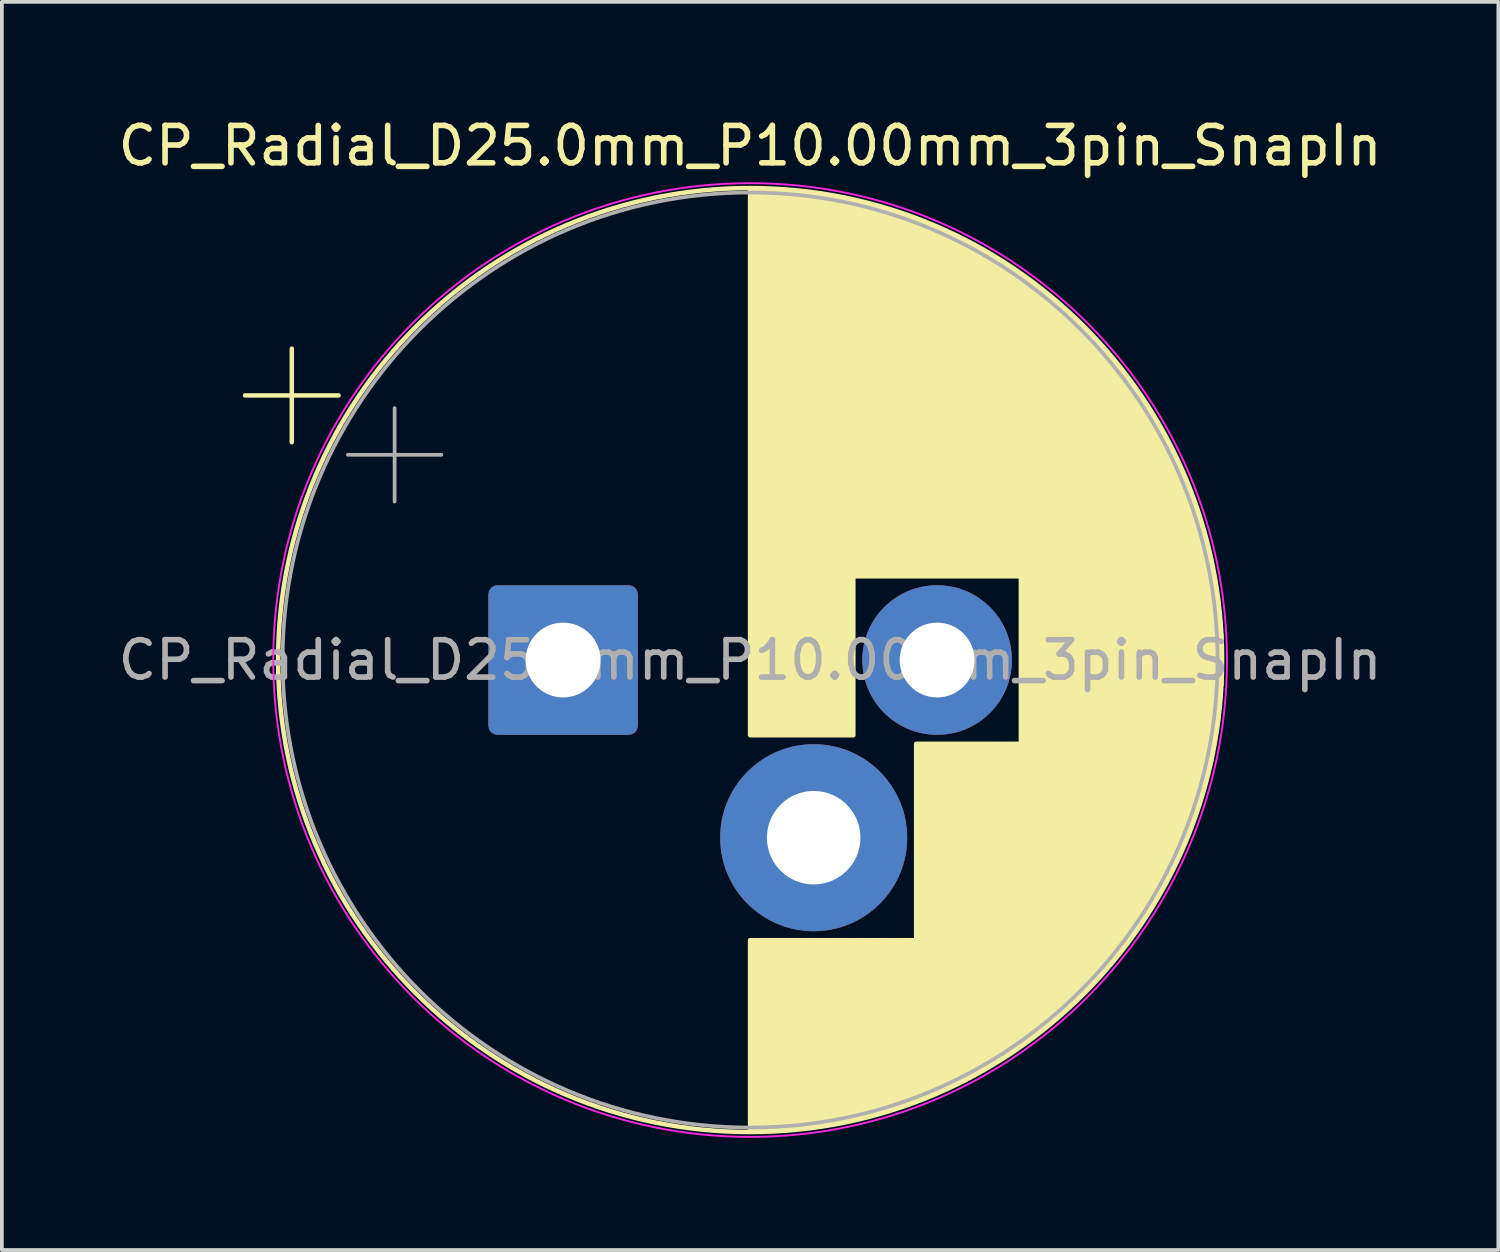
<source format=kicad_pcb>
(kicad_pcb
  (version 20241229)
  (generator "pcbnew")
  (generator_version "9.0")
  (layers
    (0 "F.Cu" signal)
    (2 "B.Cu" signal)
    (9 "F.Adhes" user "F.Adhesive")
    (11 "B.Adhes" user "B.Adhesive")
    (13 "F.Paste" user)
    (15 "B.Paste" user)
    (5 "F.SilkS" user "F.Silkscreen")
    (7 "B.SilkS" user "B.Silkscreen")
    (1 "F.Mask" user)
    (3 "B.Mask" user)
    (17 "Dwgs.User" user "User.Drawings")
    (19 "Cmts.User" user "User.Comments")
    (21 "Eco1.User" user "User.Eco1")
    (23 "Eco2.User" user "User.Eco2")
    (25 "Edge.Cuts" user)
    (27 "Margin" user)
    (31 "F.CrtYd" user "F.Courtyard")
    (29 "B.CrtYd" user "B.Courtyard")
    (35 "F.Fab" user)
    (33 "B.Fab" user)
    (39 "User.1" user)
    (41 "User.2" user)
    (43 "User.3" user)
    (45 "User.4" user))
  (footprint "CP_Radial_D25.0mm_P10.00mm_3pin_SnapIn"
    (layer "F.Cu")
    (at 12.006 14.598)
    (property "Reference" "CP_Radial_D25.0mm_P10.00mm_3pin_SnapIn" (at 5 -13.75 0) (layer "F.SilkS") (effects (font (size 1 1) (thickness 0.15))))
    (attr through_hole)
    (fp_line (start -8.504 -7.075) (end -6.004 -7.075) (stroke (width 0.12) (type solid)) (layer "F.SilkS"))
    (fp_line (start -7.254 -8.325) (end -7.254 -5.825) (stroke (width 0.12) (type solid)) (layer "F.SilkS"))
    (fp_line (start 5 -12.58) (end 5 2.01) (stroke (width 0.12) (type solid)) (layer "F.SilkS"))
    (fp_line (start 5 7.49) (end 5 12.58) (stroke (width 0.12) (type solid)) (layer "F.SilkS"))
    (fp_line (start 5.04 -12.58) (end 5.04 2.01) (stroke (width 0.12) (type solid)) (layer "F.SilkS"))
    (fp_line (start 5.04 7.49) (end 5.04 12.58) (stroke (width 0.12) (type solid)) (layer "F.SilkS"))
    (fp_line (start 5.08 -12.58) (end 5.08 2.01) (stroke (width 0.12) (type solid)) (layer "F.SilkS"))
    (fp_line (start 5.08 7.49) (end 5.08 12.58) (stroke (width 0.12) (type solid)) (layer "F.SilkS"))
    (fp_line (start 5.12 -12.579) (end 5.12 2.01) (stroke (width 0.12) (type solid)) (layer "F.SilkS"))
    (fp_line (start 5.12 7.49) (end 5.12 12.579) (stroke (width 0.12) (type solid)) (layer "F.SilkS"))
    (fp_line (start 5.16 -12.579) (end 5.16 2.01) (stroke (width 0.12) (type solid)) (layer "F.SilkS"))
    (fp_line (start 5.16 7.49) (end 5.16 12.579) (stroke (width 0.12) (type solid)) (layer "F.SilkS"))
    (fp_line (start 5.2 -12.578) (end 5.2 2.01) (stroke (width 0.12) (type solid)) (layer "F.SilkS"))
    (fp_line (start 5.2 7.49) (end 5.2 12.578) (stroke (width 0.12) (type solid)) (layer "F.SilkS"))
    (fp_line (start 5.24 -12.578) (end 5.24 2.01) (stroke (width 0.12) (type solid)) (layer "F.SilkS"))
    (fp_line (start 5.24 7.49) (end 5.24 12.578) (stroke (width 0.12) (type solid)) (layer "F.SilkS"))
    (fp_line (start 5.28 -12.577) (end 5.28 2.01) (stroke (width 0.12) (type solid)) (layer "F.SilkS"))
    (fp_line (start 5.28 7.49) (end 5.28 12.577) (stroke (width 0.12) (type solid)) (layer "F.SilkS"))
    (fp_line (start 5.32 -12.576) (end 5.32 2.01) (stroke (width 0.12) (type solid)) (layer "F.SilkS"))
    (fp_line (start 5.32 7.49) (end 5.32 12.576) (stroke (width 0.12) (type solid)) (layer "F.SilkS"))
    (fp_line (start 5.36 -12.575) (end 5.36 2.01) (stroke (width 0.12) (type solid)) (layer "F.SilkS"))
    (fp_line (start 5.36 7.49) (end 5.36 12.575) (stroke (width 0.12) (type solid)) (layer "F.SilkS"))
    (fp_line (start 5.4 -12.574) (end 5.4 2.01) (stroke (width 0.12) (type solid)) (layer "F.SilkS"))
    (fp_line (start 5.4 7.49) (end 5.4 12.574) (stroke (width 0.12) (type solid)) (layer "F.SilkS"))
    (fp_line (start 5.44 -12.572) (end 5.44 2.01) (stroke (width 0.12) (type solid)) (layer "F.SilkS"))
    (fp_line (start 5.44 7.49) (end 5.44 12.572) (stroke (width 0.12) (type solid)) (layer "F.SilkS"))
    (fp_line (start 5.48 -12.571) (end 5.48 2.01) (stroke (width 0.12) (type solid)) (layer "F.SilkS"))
    (fp_line (start 5.48 7.49) (end 5.48 12.571) (stroke (width 0.12) (type solid)) (layer "F.SilkS"))
    (fp_line (start 5.52 -12.569) (end 5.52 2.01) (stroke (width 0.12) (type solid)) (layer "F.SilkS"))
    (fp_line (start 5.52 7.49) (end 5.52 12.569) (stroke (width 0.12) (type solid)) (layer "F.SilkS"))
    (fp_line (start 5.56 -12.568) (end 5.56 2.01) (stroke (width 0.12) (type solid)) (layer "F.SilkS"))
    (fp_line (start 5.56 7.49) (end 5.56 12.568) (stroke (width 0.12) (type solid)) (layer "F.SilkS"))
    (fp_line (start 5.6 -12.566) (end 5.6 2.01) (stroke (width 0.12) (type solid)) (layer "F.SilkS"))
    (fp_line (start 5.6 7.49) (end 5.6 12.566) (stroke (width 0.12) (type solid)) (layer "F.SilkS"))
    (fp_line (start 5.64 -12.564) (end 5.64 2.01) (stroke (width 0.12) (type solid)) (layer "F.SilkS"))
    (fp_line (start 5.64 7.49) (end 5.64 12.564) (stroke (width 0.12) (type solid)) (layer "F.SilkS"))
    (fp_line (start 5.68 -12.562) (end 5.68 2.01) (stroke (width 0.12) (type solid)) (layer "F.SilkS"))
    (fp_line (start 5.68 7.49) (end 5.68 12.562) (stroke (width 0.12) (type solid)) (layer "F.SilkS"))
    (fp_line (start 5.72 -12.559) (end 5.72 2.01) (stroke (width 0.12) (type solid)) (layer "F.SilkS"))
    (fp_line (start 5.72 7.49) (end 5.72 12.559) (stroke (width 0.12) (type solid)) (layer "F.SilkS"))
    (fp_line (start 5.76 -12.557) (end 5.76 2.01) (stroke (width 0.12) (type solid)) (layer "F.SilkS"))
    (fp_line (start 5.76 7.49) (end 5.76 12.557) (stroke (width 0.12) (type solid)) (layer "F.SilkS"))
    (fp_line (start 5.8 -12.555) (end 5.8 2.01) (stroke (width 0.12) (type solid)) (layer "F.SilkS"))
    (fp_line (start 5.8 7.49) (end 5.8 12.555) (stroke (width 0.12) (type solid)) (layer "F.SilkS"))
    (fp_line (start 5.84 -12.552) (end 5.84 2.01) (stroke (width 0.12) (type solid)) (layer "F.SilkS"))
    (fp_line (start 5.84 7.49) (end 5.84 12.552) (stroke (width 0.12) (type solid)) (layer "F.SilkS"))
    (fp_line (start 5.88 -12.549) (end 5.88 2.01) (stroke (width 0.12) (type solid)) (layer "F.SilkS"))
    (fp_line (start 5.88 7.49) (end 5.88 12.549) (stroke (width 0.12) (type solid)) (layer "F.SilkS"))
    (fp_line (start 5.92 -12.546) (end 5.92 2.01) (stroke (width 0.12) (type solid)) (layer "F.SilkS"))
    (fp_line (start 5.92 7.49) (end 5.92 12.546) (stroke (width 0.12) (type solid)) (layer "F.SilkS"))
    (fp_line (start 5.96 -12.543) (end 5.96 2.01) (stroke (width 0.12) (type solid)) (layer "F.SilkS"))
    (fp_line (start 5.96 7.49) (end 5.96 12.543) (stroke (width 0.12) (type solid)) (layer "F.SilkS"))
    (fp_line (start 6 -12.54) (end 6 2.01) (stroke (width 0.12) (type solid)) (layer "F.SilkS"))
    (fp_line (start 6 7.49) (end 6 12.54) (stroke (width 0.12) (type solid)) (layer "F.SilkS"))
    (fp_line (start 6.04 -12.537) (end 6.04 2.01) (stroke (width 0.12) (type solid)) (layer "F.SilkS"))
    (fp_line (start 6.04 7.49) (end 6.04 12.537) (stroke (width 0.12) (type solid)) (layer "F.SilkS"))
    (fp_line (start 6.08 -12.534) (end 6.08 2.01) (stroke (width 0.12) (type solid)) (layer "F.SilkS"))
    (fp_line (start 6.08 7.49) (end 6.08 12.534) (stroke (width 0.12) (type solid)) (layer "F.SilkS"))
    (fp_line (start 6.12 -12.53) (end 6.12 2.01) (stroke (width 0.12) (type solid)) (layer "F.SilkS"))
    (fp_line (start 6.12 7.49) (end 6.12 12.53) (stroke (width 0.12) (type solid)) (layer "F.SilkS"))
    (fp_line (start 6.16 -12.527) (end 6.16 2.01) (stroke (width 0.12) (type solid)) (layer "F.SilkS"))
    (fp_line (start 6.16 7.49) (end 6.16 12.527) (stroke (width 0.12) (type solid)) (layer "F.SilkS"))
    (fp_line (start 6.2 -12.523) (end 6.2 2.01) (stroke (width 0.12) (type solid)) (layer "F.SilkS"))
    (fp_line (start 6.2 7.49) (end 6.2 12.523) (stroke (width 0.12) (type solid)) (layer "F.SilkS"))
    (fp_line (start 6.24 -12.519) (end 6.24 2.01) (stroke (width 0.12) (type solid)) (layer "F.SilkS"))
    (fp_line (start 6.24 7.49) (end 6.24 12.519) (stroke (width 0.12) (type solid)) (layer "F.SilkS"))
    (fp_line (start 6.28 -12.515) (end 6.28 2.01) (stroke (width 0.12) (type solid)) (layer "F.SilkS"))
    (fp_line (start 6.28 7.49) (end 6.28 12.515) (stroke (width 0.12) (type solid)) (layer "F.SilkS"))
    (fp_line (start 6.32 -12.511) (end 6.32 2.01) (stroke (width 0.12) (type solid)) (layer "F.SilkS"))
    (fp_line (start 6.32 7.49) (end 6.32 12.511) (stroke (width 0.12) (type solid)) (layer "F.SilkS"))
    (fp_line (start 6.36 -12.507) (end 6.36 2.01) (stroke (width 0.12) (type solid)) (layer "F.SilkS"))
    (fp_line (start 6.36 7.49) (end 6.36 12.507) (stroke (width 0.12) (type solid)) (layer "F.SilkS"))
    (fp_line (start 6.4 -12.502) (end 6.4 2.01) (stroke (width 0.12) (type solid)) (layer "F.SilkS"))
    (fp_line (start 6.4 7.49) (end 6.4 12.502) (stroke (width 0.12) (type solid)) (layer "F.SilkS"))
    (fp_line (start 6.44 -12.498) (end 6.44 2.01) (stroke (width 0.12) (type solid)) (layer "F.SilkS"))
    (fp_line (start 6.44 7.49) (end 6.44 12.498) (stroke (width 0.12) (type solid)) (layer "F.SilkS"))
    (fp_line (start 6.48 -12.493) (end 6.48 2.01) (stroke (width 0.12) (type solid)) (layer "F.SilkS"))
    (fp_line (start 6.48 7.49) (end 6.48 12.493) (stroke (width 0.12) (type solid)) (layer "F.SilkS"))
    (fp_line (start 6.52 -12.488) (end 6.52 2.01) (stroke (width 0.12) (type solid)) (layer "F.SilkS"))
    (fp_line (start 6.52 7.49) (end 6.52 12.488) (stroke (width 0.12) (type solid)) (layer "F.SilkS"))
    (fp_line (start 6.56 -12.483) (end 6.56 2.01) (stroke (width 0.12) (type solid)) (layer "F.SilkS"))
    (fp_line (start 6.56 7.49) (end 6.56 12.483) (stroke (width 0.12) (type solid)) (layer "F.SilkS"))
    (fp_line (start 6.6 -12.478) (end 6.6 2.01) (stroke (width 0.12) (type solid)) (layer "F.SilkS"))
    (fp_line (start 6.6 7.49) (end 6.6 12.478) (stroke (width 0.12) (type solid)) (layer "F.SilkS"))
    (fp_line (start 6.64 -12.473) (end 6.64 2.01) (stroke (width 0.12) (type solid)) (layer "F.SilkS"))
    (fp_line (start 6.64 7.49) (end 6.64 12.473) (stroke (width 0.12) (type solid)) (layer "F.SilkS"))
    (fp_line (start 6.68 -12.468) (end 6.68 2.01) (stroke (width 0.12) (type solid)) (layer "F.SilkS"))
    (fp_line (start 6.68 7.49) (end 6.68 12.468) (stroke (width 0.12) (type solid)) (layer "F.SilkS"))
    (fp_line (start 6.72 -12.462) (end 6.72 2.01) (stroke (width 0.12) (type solid)) (layer "F.SilkS"))
    (fp_line (start 6.72 7.49) (end 6.72 12.462) (stroke (width 0.12) (type solid)) (layer "F.SilkS"))
    (fp_line (start 6.76 -12.457) (end 6.76 2.01) (stroke (width 0.12) (type solid)) (layer "F.SilkS"))
    (fp_line (start 6.76 7.49) (end 6.76 12.457) (stroke (width 0.12) (type solid)) (layer "F.SilkS"))
    (fp_line (start 6.8 -12.451) (end 6.8 2.01) (stroke (width 0.12) (type solid)) (layer "F.SilkS"))
    (fp_line (start 6.8 7.49) (end 6.8 12.451) (stroke (width 0.12) (type solid)) (layer "F.SilkS"))
    (fp_line (start 6.84 -12.445) (end 6.84 2.01) (stroke (width 0.12) (type solid)) (layer "F.SilkS"))
    (fp_line (start 6.84 7.49) (end 6.84 12.445) (stroke (width 0.12) (type solid)) (layer "F.SilkS"))
    (fp_line (start 6.88 -12.439) (end 6.88 2.01) (stroke (width 0.12) (type solid)) (layer "F.SilkS"))
    (fp_line (start 6.88 7.49) (end 6.88 12.439) (stroke (width 0.12) (type solid)) (layer "F.SilkS"))
    (fp_line (start 6.92 -12.433) (end 6.92 2.01) (stroke (width 0.12) (type solid)) (layer "F.SilkS"))
    (fp_line (start 6.92 7.49) (end 6.92 12.433) (stroke (width 0.12) (type solid)) (layer "F.SilkS"))
    (fp_line (start 6.96 -12.427) (end 6.96 2.01) (stroke (width 0.12) (type solid)) (layer "F.SilkS"))
    (fp_line (start 6.96 7.49) (end 6.96 12.427) (stroke (width 0.12) (type solid)) (layer "F.SilkS"))
    (fp_line (start 7 -12.421) (end 7 2.01) (stroke (width 0.12) (type solid)) (layer "F.SilkS"))
    (fp_line (start 7 7.49) (end 7 12.421) (stroke (width 0.12) (type solid)) (layer "F.SilkS"))
    (fp_line (start 7.04 -12.414) (end 7.04 2.01) (stroke (width 0.12) (type solid)) (layer "F.SilkS"))
    (fp_line (start 7.04 7.49) (end 7.04 12.414) (stroke (width 0.12) (type solid)) (layer "F.SilkS"))
    (fp_line (start 7.08 -12.407) (end 7.08 2.01) (stroke (width 0.12) (type solid)) (layer "F.SilkS"))
    (fp_line (start 7.08 7.49) (end 7.08 12.407) (stroke (width 0.12) (type solid)) (layer "F.SilkS"))
    (fp_line (start 7.12 -12.401) (end 7.12 2.01) (stroke (width 0.12) (type solid)) (layer "F.SilkS"))
    (fp_line (start 7.12 7.49) (end 7.12 12.401) (stroke (width 0.12) (type solid)) (layer "F.SilkS"))
    (fp_line (start 7.16 -12.394) (end 7.16 2.01) (stroke (width 0.12) (type solid)) (layer "F.SilkS"))
    (fp_line (start 7.16 7.49) (end 7.16 12.394) (stroke (width 0.12) (type solid)) (layer "F.SilkS"))
    (fp_line (start 7.2 -12.387) (end 7.2 2.01) (stroke (width 0.12) (type solid)) (layer "F.SilkS"))
    (fp_line (start 7.2 7.49) (end 7.2 12.387) (stroke (width 0.12) (type solid)) (layer "F.SilkS"))
    (fp_line (start 7.24 -12.38) (end 7.24 2.01) (stroke (width 0.12) (type solid)) (layer "F.SilkS"))
    (fp_line (start 7.24 7.49) (end 7.24 12.38) (stroke (width 0.12) (type solid)) (layer "F.SilkS"))
    (fp_line (start 7.28 -12.372) (end 7.28 2.01) (stroke (width 0.12) (type solid)) (layer "F.SilkS"))
    (fp_line (start 7.28 7.49) (end 7.28 12.372) (stroke (width 0.12) (type solid)) (layer "F.SilkS"))
    (fp_line (start 7.32 -12.365) (end 7.32 2.01) (stroke (width 0.12) (type solid)) (layer "F.SilkS"))
    (fp_line (start 7.32 7.49) (end 7.32 12.365) (stroke (width 0.12) (type solid)) (layer "F.SilkS"))
    (fp_line (start 7.36 -12.357) (end 7.36 2.01) (stroke (width 0.12) (type solid)) (layer "F.SilkS"))
    (fp_line (start 7.36 7.49) (end 7.36 12.357) (stroke (width 0.12) (type solid)) (layer "F.SilkS"))
    (fp_line (start 7.4 -12.35) (end 7.4 2.01) (stroke (width 0.12) (type solid)) (layer "F.SilkS"))
    (fp_line (start 7.4 7.49) (end 7.4 12.35) (stroke (width 0.12) (type solid)) (layer "F.SilkS"))
    (fp_line (start 7.44 -12.342) (end 7.44 2.01) (stroke (width 0.12) (type solid)) (layer "F.SilkS"))
    (fp_line (start 7.44 7.49) (end 7.44 12.342) (stroke (width 0.12) (type solid)) (layer "F.SilkS"))
    (fp_line (start 7.48 -12.334) (end 7.48 2.01) (stroke (width 0.12) (type solid)) (layer "F.SilkS"))
    (fp_line (start 7.48 7.49) (end 7.48 12.334) (stroke (width 0.12) (type solid)) (layer "F.SilkS"))
    (fp_line (start 7.52 -12.326) (end 7.52 2.01) (stroke (width 0.12) (type solid)) (layer "F.SilkS"))
    (fp_line (start 7.52 7.49) (end 7.52 12.326) (stroke (width 0.12) (type solid)) (layer "F.SilkS"))
    (fp_line (start 7.56 -12.318) (end 7.56 2.01) (stroke (width 0.12) (type solid)) (layer "F.SilkS"))
    (fp_line (start 7.56 7.49) (end 7.56 12.318) (stroke (width 0.12) (type solid)) (layer "F.SilkS"))
    (fp_line (start 7.6 -12.309) (end 7.6 2.01) (stroke (width 0.12) (type solid)) (layer "F.SilkS"))
    (fp_line (start 7.6 7.49) (end 7.6 12.309) (stroke (width 0.12) (type solid)) (layer "F.SilkS"))
    (fp_line (start 7.64 -12.301) (end 7.64 2.01) (stroke (width 0.12) (type solid)) (layer "F.SilkS"))
    (fp_line (start 7.64 7.49) (end 7.64 12.301) (stroke (width 0.12) (type solid)) (layer "F.SilkS"))
    (fp_line (start 7.68 -12.292) (end 7.68 2.01) (stroke (width 0.12) (type solid)) (layer "F.SilkS"))
    (fp_line (start 7.68 7.49) (end 7.68 12.292) (stroke (width 0.12) (type solid)) (layer "F.SilkS"))
    (fp_line (start 7.72 -12.283) (end 7.72 2.01) (stroke (width 0.12) (type solid)) (layer "F.SilkS"))
    (fp_line (start 7.72 7.49) (end 7.72 12.283) (stroke (width 0.12) (type solid)) (layer "F.SilkS"))
    (fp_line (start 7.76 -12.274) (end 7.76 2.01) (stroke (width 0.12) (type solid)) (layer "F.SilkS"))
    (fp_line (start 7.76 7.49) (end 7.76 12.274) (stroke (width 0.12) (type solid)) (layer "F.SilkS"))
    (fp_line (start 7.8 -12.265) (end 7.8 -2.24) (stroke (width 0.12) (type solid)) (layer "F.SilkS"))
    (fp_line (start 7.8 7.49) (end 7.8 12.265) (stroke (width 0.12) (type solid)) (layer "F.SilkS"))
    (fp_line (start 7.84 -12.256) (end 7.84 -2.24) (stroke (width 0.12) (type solid)) (layer "F.SilkS"))
    (fp_line (start 7.84 7.49) (end 7.84 12.256) (stroke (width 0.12) (type solid)) (layer "F.SilkS"))
    (fp_line (start 7.88 -12.247) (end 7.88 -2.24) (stroke (width 0.12) (type solid)) (layer "F.SilkS"))
    (fp_line (start 7.88 7.49) (end 7.88 12.247) (stroke (width 0.12) (type solid)) (layer "F.SilkS"))
    (fp_line (start 7.92 -12.238) (end 7.92 -2.24) (stroke (width 0.12) (type solid)) (layer "F.SilkS"))
    (fp_line (start 7.92 7.49) (end 7.92 12.238) (stroke (width 0.12) (type solid)) (layer "F.SilkS"))
    (fp_line (start 7.96 -12.228) (end 7.96 -2.24) (stroke (width 0.12) (type solid)) (layer "F.SilkS"))
    (fp_line (start 7.96 7.49) (end 7.96 12.228) (stroke (width 0.12) (type solid)) (layer "F.SilkS"))
    (fp_line (start 8 -12.218) (end 8 -2.24) (stroke (width 0.12) (type solid)) (layer "F.SilkS"))
    (fp_line (start 8 7.49) (end 8 12.218) (stroke (width 0.12) (type solid)) (layer "F.SilkS"))
    (fp_line (start 8.04 -12.208) (end 8.04 -2.24) (stroke (width 0.12) (type solid)) (layer "F.SilkS"))
    (fp_line (start 8.04 7.49) (end 8.04 12.208) (stroke (width 0.12) (type solid)) (layer "F.SilkS"))
    (fp_line (start 8.08 -12.198) (end 8.08 -2.24) (stroke (width 0.12) (type solid)) (layer "F.SilkS"))
    (fp_line (start 8.08 7.49) (end 8.08 12.198) (stroke (width 0.12) (type solid)) (layer "F.SilkS"))
    (fp_line (start 8.12 -12.188) (end 8.12 -2.24) (stroke (width 0.12) (type solid)) (layer "F.SilkS"))
    (fp_line (start 8.12 7.49) (end 8.12 12.188) (stroke (width 0.12) (type solid)) (layer "F.SilkS"))
    (fp_line (start 8.16 -12.178) (end 8.16 -2.24) (stroke (width 0.12) (type solid)) (layer "F.SilkS"))
    (fp_line (start 8.16 7.49) (end 8.16 12.178) (stroke (width 0.12) (type solid)) (layer "F.SilkS"))
    (fp_line (start 8.2 -12.168) (end 8.2 -2.24) (stroke (width 0.12) (type solid)) (layer "F.SilkS"))
    (fp_line (start 8.2 7.49) (end 8.2 12.168) (stroke (width 0.12) (type solid)) (layer "F.SilkS"))
    (fp_line (start 8.24 -12.157) (end 8.24 -2.24) (stroke (width 0.12) (type solid)) (layer "F.SilkS"))
    (fp_line (start 8.24 7.49) (end 8.24 12.157) (stroke (width 0.12) (type solid)) (layer "F.SilkS"))
    (fp_line (start 8.28 -12.146) (end 8.28 -2.24) (stroke (width 0.12) (type solid)) (layer "F.SilkS"))
    (fp_line (start 8.28 7.49) (end 8.28 12.146) (stroke (width 0.12) (type solid)) (layer "F.SilkS"))
    (fp_line (start 8.32 -12.135) (end 8.32 -2.24) (stroke (width 0.12) (type solid)) (layer "F.SilkS"))
    (fp_line (start 8.32 7.49) (end 8.32 12.135) (stroke (width 0.12) (type solid)) (layer "F.SilkS"))
    (fp_line (start 8.36 -12.124) (end 8.36 -2.24) (stroke (width 0.12) (type solid)) (layer "F.SilkS"))
    (fp_line (start 8.36 7.49) (end 8.36 12.124) (stroke (width 0.12) (type solid)) (layer "F.SilkS"))
    (fp_line (start 8.4 -12.113) (end 8.4 -2.24) (stroke (width 0.12) (type solid)) (layer "F.SilkS"))
    (fp_line (start 8.4 7.49) (end 8.4 12.113) (stroke (width 0.12) (type solid)) (layer "F.SilkS"))
    (fp_line (start 8.44 -12.102) (end 8.44 -2.24) (stroke (width 0.12) (type solid)) (layer "F.SilkS"))
    (fp_line (start 8.44 7.49) (end 8.44 12.102) (stroke (width 0.12) (type solid)) (layer "F.SilkS"))
    (fp_line (start 8.48 -12.091) (end 8.48 -2.24) (stroke (width 0.12) (type solid)) (layer "F.SilkS"))
    (fp_line (start 8.48 7.49) (end 8.48 12.091) (stroke (width 0.12) (type solid)) (layer "F.SilkS"))
    (fp_line (start 8.52 -12.079) (end 8.52 -2.24) (stroke (width 0.12) (type solid)) (layer "F.SilkS"))
    (fp_line (start 8.52 7.49) (end 8.52 12.079) (stroke (width 0.12) (type solid)) (layer "F.SilkS"))
    (fp_line (start 8.56 -12.067) (end 8.56 -2.24) (stroke (width 0.12) (type solid)) (layer "F.SilkS"))
    (fp_line (start 8.56 7.49) (end 8.56 12.067) (stroke (width 0.12) (type solid)) (layer "F.SilkS"))
    (fp_line (start 8.6 -12.056) (end 8.6 -2.24) (stroke (width 0.12) (type solid)) (layer "F.SilkS"))
    (fp_line (start 8.6 7.49) (end 8.6 12.056) (stroke (width 0.12) (type solid)) (layer "F.SilkS"))
    (fp_line (start 8.64 -12.044) (end 8.64 -2.24) (stroke (width 0.12) (type solid)) (layer "F.SilkS"))
    (fp_line (start 8.64 7.49) (end 8.64 12.044) (stroke (width 0.12) (type solid)) (layer "F.SilkS"))
    (fp_line (start 8.68 -12.032) (end 8.68 -2.24) (stroke (width 0.12) (type solid)) (layer "F.SilkS"))
    (fp_line (start 8.68 7.49) (end 8.68 12.032) (stroke (width 0.12) (type solid)) (layer "F.SilkS"))
    (fp_line (start 8.72 -12.019) (end 8.72 -2.24) (stroke (width 0.12) (type solid)) (layer "F.SilkS"))
    (fp_line (start 8.72 7.49) (end 8.72 12.019) (stroke (width 0.12) (type solid)) (layer "F.SilkS"))
    (fp_line (start 8.76 -12.007) (end 8.76 -2.24) (stroke (width 0.12) (type solid)) (layer "F.SilkS"))
    (fp_line (start 8.76 7.49) (end 8.76 12.007) (stroke (width 0.12) (type solid)) (layer "F.SilkS"))
    (fp_line (start 8.8 -11.994) (end 8.8 -2.24) (stroke (width 0.12) (type solid)) (layer "F.SilkS"))
    (fp_line (start 8.8 7.49) (end 8.8 11.994) (stroke (width 0.12) (type solid)) (layer "F.SilkS"))
    (fp_line (start 8.84 -11.982) (end 8.84 -2.24) (stroke (width 0.12) (type solid)) (layer "F.SilkS"))
    (fp_line (start 8.84 7.49) (end 8.84 11.982) (stroke (width 0.12) (type solid)) (layer "F.SilkS"))
    (fp_line (start 8.88 -11.969) (end 8.88 -2.24) (stroke (width 0.12) (type solid)) (layer "F.SilkS"))
    (fp_line (start 8.88 7.49) (end 8.88 11.969) (stroke (width 0.12) (type solid)) (layer "F.SilkS"))
    (fp_line (start 8.92 -11.956) (end 8.92 -2.24) (stroke (width 0.12) (type solid)) (layer "F.SilkS"))
    (fp_line (start 8.92 7.49) (end 8.92 11.956) (stroke (width 0.12) (type solid)) (layer "F.SilkS"))
    (fp_line (start 8.96 -11.943) (end 8.96 -2.24) (stroke (width 0.12) (type solid)) (layer "F.SilkS"))
    (fp_line (start 8.96 7.49) (end 8.96 11.943) (stroke (width 0.12) (type solid)) (layer "F.SilkS"))
    (fp_line (start 9 -11.929) (end 9 -2.24) (stroke (width 0.12) (type solid)) (layer "F.SilkS"))
    (fp_line (start 9 7.49) (end 9 11.929) (stroke (width 0.12) (type solid)) (layer "F.SilkS"))
    (fp_line (start 9.04 -11.916) (end 9.04 -2.24) (stroke (width 0.12) (type solid)) (layer "F.SilkS"))
    (fp_line (start 9.04 7.49) (end 9.04 11.916) (stroke (width 0.12) (type solid)) (layer "F.SilkS"))
    (fp_line (start 9.08 -11.902) (end 9.08 -2.24) (stroke (width 0.12) (type solid)) (layer "F.SilkS"))
    (fp_line (start 9.08 7.49) (end 9.08 11.902) (stroke (width 0.12) (type solid)) (layer "F.SilkS"))
    (fp_line (start 9.12 -11.889) (end 9.12 -2.24) (stroke (width 0.12) (type solid)) (layer "F.SilkS"))
    (fp_line (start 9.12 7.49) (end 9.12 11.889) (stroke (width 0.12) (type solid)) (layer "F.SilkS"))
    (fp_line (start 9.16 -11.875) (end 9.16 -2.24) (stroke (width 0.12) (type solid)) (layer "F.SilkS"))
    (fp_line (start 9.16 7.49) (end 9.16 11.875) (stroke (width 0.12) (type solid)) (layer "F.SilkS"))
    (fp_line (start 9.2 -11.861) (end 9.2 -2.24) (stroke (width 0.12) (type solid)) (layer "F.SilkS"))
    (fp_line (start 9.2 7.49) (end 9.2 11.861) (stroke (width 0.12) (type solid)) (layer "F.SilkS"))
    (fp_line (start 9.24 -11.846) (end 9.24 -2.24) (stroke (width 0.12) (type solid)) (layer "F.SilkS"))
    (fp_line (start 9.24 7.49) (end 9.24 11.846) (stroke (width 0.12) (type solid)) (layer "F.SilkS"))
    (fp_line (start 9.28 -11.832) (end 9.28 -2.24) (stroke (width 0.12) (type solid)) (layer "F.SilkS"))
    (fp_line (start 9.28 7.49) (end 9.28 11.832) (stroke (width 0.12) (type solid)) (layer "F.SilkS"))
    (fp_line (start 9.32 -11.818) (end 9.32 -2.24) (stroke (width 0.12) (type solid)) (layer "F.SilkS"))
    (fp_line (start 9.32 7.49) (end 9.32 11.818) (stroke (width 0.12) (type solid)) (layer "F.SilkS"))
    (fp_line (start 9.36 -11.803) (end 9.36 -2.24) (stroke (width 0.12) (type solid)) (layer "F.SilkS"))
    (fp_line (start 9.36 7.49) (end 9.36 11.803) (stroke (width 0.12) (type solid)) (layer "F.SilkS"))
    (fp_line (start 9.4 -11.788) (end 9.4 -2.24) (stroke (width 0.12) (type solid)) (layer "F.SilkS"))
    (fp_line (start 9.4 7.49) (end 9.4 11.788) (stroke (width 0.12) (type solid)) (layer "F.SilkS"))
    (fp_line (start 9.44 -11.773) (end 9.44 -2.24) (stroke (width 0.12) (type solid)) (layer "F.SilkS"))
    (fp_line (start 9.44 2.24) (end 9.44 11.773) (stroke (width 0.12) (type solid)) (layer "F.SilkS"))
    (fp_line (start 9.48 -11.758) (end 9.48 -2.24) (stroke (width 0.12) (type solid)) (layer "F.SilkS"))
    (fp_line (start 9.48 2.24) (end 9.48 11.758) (stroke (width 0.12) (type solid)) (layer "F.SilkS"))
    (fp_line (start 9.52 -11.743) (end 9.52 -2.24) (stroke (width 0.12) (type solid)) (layer "F.SilkS"))
    (fp_line (start 9.52 2.24) (end 9.52 11.743) (stroke (width 0.12) (type solid)) (layer "F.SilkS"))
    (fp_line (start 9.56 -11.727) (end 9.56 -2.24) (stroke (width 0.12) (type solid)) (layer "F.SilkS"))
    (fp_line (start 9.56 2.24) (end 9.56 11.727) (stroke (width 0.12) (type solid)) (layer "F.SilkS"))
    (fp_line (start 9.6 -11.712) (end 9.6 -2.24) (stroke (width 0.12) (type solid)) (layer "F.SilkS"))
    (fp_line (start 9.6 2.24) (end 9.6 11.712) (stroke (width 0.12) (type solid)) (layer "F.SilkS"))
    (fp_line (start 9.64 -11.696) (end 9.64 -2.24) (stroke (width 0.12) (type solid)) (layer "F.SilkS"))
    (fp_line (start 9.64 2.24) (end 9.64 11.696) (stroke (width 0.12) (type solid)) (layer "F.SilkS"))
    (fp_line (start 9.68 -11.68) (end 9.68 -2.24) (stroke (width 0.12) (type solid)) (layer "F.SilkS"))
    (fp_line (start 9.68 2.24) (end 9.68 11.68) (stroke (width 0.12) (type solid)) (layer "F.SilkS"))
    (fp_line (start 9.72 -11.664) (end 9.72 -2.24) (stroke (width 0.12) (type solid)) (layer "F.SilkS"))
    (fp_line (start 9.72 2.24) (end 9.72 11.664) (stroke (width 0.12) (type solid)) (layer "F.SilkS"))
    (fp_line (start 9.76 -11.648) (end 9.76 -2.24) (stroke (width 0.12) (type solid)) (layer "F.SilkS"))
    (fp_line (start 9.76 2.24) (end 9.76 11.648) (stroke (width 0.12) (type solid)) (layer "F.SilkS"))
    (fp_line (start 9.8 -11.632) (end 9.8 -2.24) (stroke (width 0.12) (type solid)) (layer "F.SilkS"))
    (fp_line (start 9.8 2.24) (end 9.8 11.632) (stroke (width 0.12) (type solid)) (layer "F.SilkS"))
    (fp_line (start 9.84 -11.615) (end 9.84 -2.24) (stroke (width 0.12) (type solid)) (layer "F.SilkS"))
    (fp_line (start 9.84 2.24) (end 9.84 11.615) (stroke (width 0.12) (type solid)) (layer "F.SilkS"))
    (fp_line (start 9.88 -11.598) (end 9.88 -2.24) (stroke (width 0.12) (type solid)) (layer "F.SilkS"))
    (fp_line (start 9.88 2.24) (end 9.88 11.598) (stroke (width 0.12) (type solid)) (layer "F.SilkS"))
    (fp_line (start 9.92 -11.581) (end 9.92 -2.24) (stroke (width 0.12) (type solid)) (layer "F.SilkS"))
    (fp_line (start 9.92 2.24) (end 9.92 11.581) (stroke (width 0.12) (type solid)) (layer "F.SilkS"))
    (fp_line (start 9.96 -11.564) (end 9.96 -2.24) (stroke (width 0.12) (type solid)) (layer "F.SilkS"))
    (fp_line (start 9.96 2.24) (end 9.96 11.564) (stroke (width 0.12) (type solid)) (layer "F.SilkS"))
    (fp_line (start 10 -11.547) (end 10 -2.24) (stroke (width 0.12) (type solid)) (layer "F.SilkS"))
    (fp_line (start 10 2.24) (end 10 11.547) (stroke (width 0.12) (type solid)) (layer "F.SilkS"))
    (fp_line (start 10.04 -11.53) (end 10.04 -2.24) (stroke (width 0.12) (type solid)) (layer "F.SilkS"))
    (fp_line (start 10.04 2.24) (end 10.04 11.53) (stroke (width 0.12) (type solid)) (layer "F.SilkS"))
    (fp_line (start 10.08 -11.512) (end 10.08 -2.24) (stroke (width 0.12) (type solid)) (layer "F.SilkS"))
    (fp_line (start 10.08 2.24) (end 10.08 11.512) (stroke (width 0.12) (type solid)) (layer "F.SilkS"))
    (fp_line (start 10.12 -11.495) (end 10.12 -2.24) (stroke (width 0.12) (type solid)) (layer "F.SilkS"))
    (fp_line (start 10.12 2.24) (end 10.12 11.495) (stroke (width 0.12) (type solid)) (layer "F.SilkS"))
    (fp_line (start 10.16 -11.477) (end 10.16 -2.24) (stroke (width 0.12) (type solid)) (layer "F.SilkS"))
    (fp_line (start 10.16 2.24) (end 10.16 11.477) (stroke (width 0.12) (type solid)) (layer "F.SilkS"))
    (fp_line (start 10.2 -11.459) (end 10.2 -2.24) (stroke (width 0.12) (type solid)) (layer "F.SilkS"))
    (fp_line (start 10.2 2.24) (end 10.2 11.459) (stroke (width 0.12) (type solid)) (layer "F.SilkS"))
    (fp_line (start 10.24 -11.441) (end 10.24 -2.24) (stroke (width 0.12) (type solid)) (layer "F.SilkS"))
    (fp_line (start 10.24 2.24) (end 10.24 11.441) (stroke (width 0.12) (type solid)) (layer "F.SilkS"))
    (fp_line (start 10.28 -11.422) (end 10.28 -2.24) (stroke (width 0.12) (type solid)) (layer "F.SilkS"))
    (fp_line (start 10.28 2.24) (end 10.28 11.422) (stroke (width 0.12) (type solid)) (layer "F.SilkS"))
    (fp_line (start 10.32 -11.404) (end 10.32 -2.24) (stroke (width 0.12) (type solid)) (layer "F.SilkS"))
    (fp_line (start 10.32 2.24) (end 10.32 11.404) (stroke (width 0.12) (type solid)) (layer "F.SilkS"))
    (fp_line (start 10.36 -11.385) (end 10.36 -2.24) (stroke (width 0.12) (type solid)) (layer "F.SilkS"))
    (fp_line (start 10.36 2.24) (end 10.36 11.385) (stroke (width 0.12) (type solid)) (layer "F.SilkS"))
    (fp_line (start 10.4 -11.366) (end 10.4 -2.24) (stroke (width 0.12) (type solid)) (layer "F.SilkS"))
    (fp_line (start 10.4 2.24) (end 10.4 11.366) (stroke (width 0.12) (type solid)) (layer "F.SilkS"))
    (fp_line (start 10.44 -11.347) (end 10.44 -2.24) (stroke (width 0.12) (type solid)) (layer "F.SilkS"))
    (fp_line (start 10.44 2.24) (end 10.44 11.347) (stroke (width 0.12) (type solid)) (layer "F.SilkS"))
    (fp_line (start 10.48 -11.328) (end 10.48 -2.24) (stroke (width 0.12) (type solid)) (layer "F.SilkS"))
    (fp_line (start 10.48 2.24) (end 10.48 11.328) (stroke (width 0.12) (type solid)) (layer "F.SilkS"))
    (fp_line (start 10.52 -11.309) (end 10.52 -2.24) (stroke (width 0.12) (type solid)) (layer "F.SilkS"))
    (fp_line (start 10.52 2.24) (end 10.52 11.309) (stroke (width 0.12) (type solid)) (layer "F.SilkS"))
    (fp_line (start 10.56 -11.289) (end 10.56 -2.24) (stroke (width 0.12) (type solid)) (layer "F.SilkS"))
    (fp_line (start 10.56 2.24) (end 10.56 11.289) (stroke (width 0.12) (type solid)) (layer "F.SilkS"))
    (fp_line (start 10.6 -11.269) (end 10.6 -2.24) (stroke (width 0.12) (type solid)) (layer "F.SilkS"))
    (fp_line (start 10.6 2.24) (end 10.6 11.269) (stroke (width 0.12) (type solid)) (layer "F.SilkS"))
    (fp_line (start 10.64 -11.25) (end 10.64 -2.24) (stroke (width 0.12) (type solid)) (layer "F.SilkS"))
    (fp_line (start 10.64 2.24) (end 10.64 11.25) (stroke (width 0.12) (type solid)) (layer "F.SilkS"))
    (fp_line (start 10.68 -11.23) (end 10.68 -2.24) (stroke (width 0.12) (type solid)) (layer "F.SilkS"))
    (fp_line (start 10.68 2.24) (end 10.68 11.23) (stroke (width 0.12) (type solid)) (layer "F.SilkS"))
    (fp_line (start 10.72 -11.209) (end 10.72 -2.24) (stroke (width 0.12) (type solid)) (layer "F.SilkS"))
    (fp_line (start 10.72 2.24) (end 10.72 11.209) (stroke (width 0.12) (type solid)) (layer "F.SilkS"))
    (fp_line (start 10.76 -11.189) (end 10.76 -2.24) (stroke (width 0.12) (type solid)) (layer "F.SilkS"))
    (fp_line (start 10.76 2.24) (end 10.76 11.189) (stroke (width 0.12) (type solid)) (layer "F.SilkS"))
    (fp_line (start 10.8 -11.168) (end 10.8 -2.24) (stroke (width 0.12) (type solid)) (layer "F.SilkS"))
    (fp_line (start 10.8 2.24) (end 10.8 11.168) (stroke (width 0.12) (type solid)) (layer "F.SilkS"))
    (fp_line (start 10.84 -11.147) (end 10.84 -2.24) (stroke (width 0.12) (type solid)) (layer "F.SilkS"))
    (fp_line (start 10.84 2.24) (end 10.84 11.147) (stroke (width 0.12) (type solid)) (layer "F.SilkS"))
    (fp_line (start 10.88 -11.126) (end 10.88 -2.24) (stroke (width 0.12) (type solid)) (layer "F.SilkS"))
    (fp_line (start 10.88 2.24) (end 10.88 11.126) (stroke (width 0.12) (type solid)) (layer "F.SilkS"))
    (fp_line (start 10.92 -11.105) (end 10.92 -2.24) (stroke (width 0.12) (type solid)) (layer "F.SilkS"))
    (fp_line (start 10.92 2.24) (end 10.92 11.105) (stroke (width 0.12) (type solid)) (layer "F.SilkS"))
    (fp_line (start 10.96 -11.084) (end 10.96 -2.24) (stroke (width 0.12) (type solid)) (layer "F.SilkS"))
    (fp_line (start 10.96 2.24) (end 10.96 11.084) (stroke (width 0.12) (type solid)) (layer "F.SilkS"))
    (fp_line (start 11 -11.062) (end 11 -2.24) (stroke (width 0.12) (type solid)) (layer "F.SilkS"))
    (fp_line (start 11 2.24) (end 11 11.062) (stroke (width 0.12) (type solid)) (layer "F.SilkS"))
    (fp_line (start 11.04 -11.041) (end 11.04 -2.24) (stroke (width 0.12) (type solid)) (layer "F.SilkS"))
    (fp_line (start 11.04 2.24) (end 11.04 11.041) (stroke (width 0.12) (type solid)) (layer "F.SilkS"))
    (fp_line (start 11.08 -11.019) (end 11.08 -2.24) (stroke (width 0.12) (type solid)) (layer "F.SilkS"))
    (fp_line (start 11.08 2.24) (end 11.08 11.019) (stroke (width 0.12) (type solid)) (layer "F.SilkS"))
    (fp_line (start 11.12 -10.997) (end 11.12 -2.24) (stroke (width 0.12) (type solid)) (layer "F.SilkS"))
    (fp_line (start 11.12 2.24) (end 11.12 10.997) (stroke (width 0.12) (type solid)) (layer "F.SilkS"))
    (fp_line (start 11.16 -10.974) (end 11.16 -2.24) (stroke (width 0.12) (type solid)) (layer "F.SilkS"))
    (fp_line (start 11.16 2.24) (end 11.16 10.974) (stroke (width 0.12) (type solid)) (layer "F.SilkS"))
    (fp_line (start 11.2 -10.952) (end 11.2 -2.24) (stroke (width 0.12) (type solid)) (layer "F.SilkS"))
    (fp_line (start 11.2 2.24) (end 11.2 10.952) (stroke (width 0.12) (type solid)) (layer "F.SilkS"))
    (fp_line (start 11.24 -10.929) (end 11.24 -2.24) (stroke (width 0.12) (type solid)) (layer "F.SilkS"))
    (fp_line (start 11.24 2.24) (end 11.24 10.929) (stroke (width 0.12) (type solid)) (layer "F.SilkS"))
    (fp_line (start 11.28 -10.907) (end 11.28 -2.24) (stroke (width 0.12) (type solid)) (layer "F.SilkS"))
    (fp_line (start 11.28 2.24) (end 11.28 10.907) (stroke (width 0.12) (type solid)) (layer "F.SilkS"))
    (fp_line (start 11.32 -10.883) (end 11.32 -2.24) (stroke (width 0.12) (type solid)) (layer "F.SilkS"))
    (fp_line (start 11.32 2.24) (end 11.32 10.883) (stroke (width 0.12) (type solid)) (layer "F.SilkS"))
    (fp_line (start 11.36 -10.86) (end 11.36 -2.24) (stroke (width 0.12) (type solid)) (layer "F.SilkS"))
    (fp_line (start 11.36 2.24) (end 11.36 10.86) (stroke (width 0.12) (type solid)) (layer "F.SilkS"))
    (fp_line (start 11.4 -10.837) (end 11.4 -2.24) (stroke (width 0.12) (type solid)) (layer "F.SilkS"))
    (fp_line (start 11.4 2.24) (end 11.4 10.837) (stroke (width 0.12) (type solid)) (layer "F.SilkS"))
    (fp_line (start 11.44 -10.813) (end 11.44 -2.24) (stroke (width 0.12) (type solid)) (layer "F.SilkS"))
    (fp_line (start 11.44 2.24) (end 11.44 10.813) (stroke (width 0.12) (type solid)) (layer "F.SilkS"))
    (fp_line (start 11.48 -10.789) (end 11.48 -2.24) (stroke (width 0.12) (type solid)) (layer "F.SilkS"))
    (fp_line (start 11.48 2.24) (end 11.48 10.789) (stroke (width 0.12) (type solid)) (layer "F.SilkS"))
    (fp_line (start 11.52 -10.765) (end 11.52 -2.24) (stroke (width 0.12) (type solid)) (layer "F.SilkS"))
    (fp_line (start 11.52 2.24) (end 11.52 10.765) (stroke (width 0.12) (type solid)) (layer "F.SilkS"))
    (fp_line (start 11.56 -10.741) (end 11.56 -2.24) (stroke (width 0.12) (type solid)) (layer "F.SilkS"))
    (fp_line (start 11.56 2.24) (end 11.56 10.741) (stroke (width 0.12) (type solid)) (layer "F.SilkS"))
    (fp_line (start 11.6 -10.717) (end 11.6 -2.24) (stroke (width 0.12) (type solid)) (layer "F.SilkS"))
    (fp_line (start 11.6 2.24) (end 11.6 10.717) (stroke (width 0.12) (type solid)) (layer "F.SilkS"))
    (fp_line (start 11.64 -10.692) (end 11.64 -2.24) (stroke (width 0.12) (type solid)) (layer "F.SilkS"))
    (fp_line (start 11.64 2.24) (end 11.64 10.692) (stroke (width 0.12) (type solid)) (layer "F.SilkS"))
    (fp_line (start 11.68 -10.667) (end 11.68 -2.24) (stroke (width 0.12) (type solid)) (layer "F.SilkS"))
    (fp_line (start 11.68 2.24) (end 11.68 10.667) (stroke (width 0.12) (type solid)) (layer "F.SilkS"))
    (fp_line (start 11.72 -10.642) (end 11.72 -2.24) (stroke (width 0.12) (type solid)) (layer "F.SilkS"))
    (fp_line (start 11.72 2.24) (end 11.72 10.642) (stroke (width 0.12) (type solid)) (layer "F.SilkS"))
    (fp_line (start 11.76 -10.617) (end 11.76 -2.24) (stroke (width 0.12) (type solid)) (layer "F.SilkS"))
    (fp_line (start 11.76 2.24) (end 11.76 10.617) (stroke (width 0.12) (type solid)) (layer "F.SilkS"))
    (fp_line (start 11.8 -10.591) (end 11.8 -2.24) (stroke (width 0.12) (type solid)) (layer "F.SilkS"))
    (fp_line (start 11.8 2.24) (end 11.8 10.591) (stroke (width 0.12) (type solid)) (layer "F.SilkS"))
    (fp_line (start 11.84 -10.566) (end 11.84 -2.24) (stroke (width 0.12) (type solid)) (layer "F.SilkS"))
    (fp_line (start 11.84 2.24) (end 11.84 10.566) (stroke (width 0.12) (type solid)) (layer "F.SilkS"))
    (fp_line (start 11.88 -10.54) (end 11.88 -2.24) (stroke (width 0.12) (type solid)) (layer "F.SilkS"))
    (fp_line (start 11.88 2.24) (end 11.88 10.54) (stroke (width 0.12) (type solid)) (layer "F.SilkS"))
    (fp_line (start 11.92 -10.514) (end 11.92 -2.24) (stroke (width 0.12) (type solid)) (layer "F.SilkS"))
    (fp_line (start 11.92 2.24) (end 11.92 10.514) (stroke (width 0.12) (type solid)) (layer "F.SilkS"))
    (fp_line (start 11.96 -10.487) (end 11.96 -2.24) (stroke (width 0.12) (type solid)) (layer "F.SilkS"))
    (fp_line (start 11.96 2.24) (end 11.96 10.487) (stroke (width 0.12) (type solid)) (layer "F.SilkS"))
    (fp_line (start 12 -10.461) (end 12 -2.24) (stroke (width 0.12) (type solid)) (layer "F.SilkS"))
    (fp_line (start 12 2.24) (end 12 10.461) (stroke (width 0.12) (type solid)) (layer "F.SilkS"))
    (fp_line (start 12.04 -10.434) (end 12.04 -2.24) (stroke (width 0.12) (type solid)) (layer "F.SilkS"))
    (fp_line (start 12.04 2.24) (end 12.04 10.434) (stroke (width 0.12) (type solid)) (layer "F.SilkS"))
    (fp_line (start 12.08 -10.407) (end 12.08 -2.24) (stroke (width 0.12) (type solid)) (layer "F.SilkS"))
    (fp_line (start 12.08 2.24) (end 12.08 10.407) (stroke (width 0.12) (type solid)) (layer "F.SilkS"))
    (fp_line (start 12.12 -10.38) (end 12.12 -2.24) (stroke (width 0.12) (type solid)) (layer "F.SilkS"))
    (fp_line (start 12.12 2.24) (end 12.12 10.38) (stroke (width 0.12) (type solid)) (layer "F.SilkS"))
    (fp_line (start 12.16 -10.352) (end 12.16 -2.24) (stroke (width 0.12) (type solid)) (layer "F.SilkS"))
    (fp_line (start 12.16 2.24) (end 12.16 10.352) (stroke (width 0.12) (type solid)) (layer "F.SilkS"))
    (fp_line (start 12.2 -10.325) (end 12.2 -2.24) (stroke (width 0.12) (type solid)) (layer "F.SilkS"))
    (fp_line (start 12.2 2.24) (end 12.2 10.325) (stroke (width 0.12) (type solid)) (layer "F.SilkS"))
    (fp_line (start 12.24 -10.297) (end 12.24 10.297) (stroke (width 0.12) (type solid)) (layer "F.SilkS"))
    (fp_line (start 12.28 -10.269) (end 12.28 10.269) (stroke (width 0.12) (type solid)) (layer "F.SilkS"))
    (fp_line (start 12.32 -10.24) (end 12.32 10.24) (stroke (width 0.12) (type solid)) (layer "F.SilkS"))
    (fp_line (start 12.36 -10.212) (end 12.36 10.212) (stroke (width 0.12) (type solid)) (layer "F.SilkS"))
    (fp_line (start 12.4 -10.183) (end 12.4 10.183) (stroke (width 0.12) (type solid)) (layer "F.SilkS"))
    (fp_line (start 12.44 -10.154) (end 12.44 10.154) (stroke (width 0.12) (type solid)) (layer "F.SilkS"))
    (fp_line (start 12.48 -10.124) (end 12.48 10.124) (stroke (width 0.12) (type solid)) (layer "F.SilkS"))
    (fp_line (start 12.52 -10.095) (end 12.52 10.095) (stroke (width 0.12) (type solid)) (layer "F.SilkS"))
    (fp_line (start 12.56 -10.065) (end 12.56 10.065) (stroke (width 0.12) (type solid)) (layer "F.SilkS"))
    (fp_line (start 12.6 -10.035) (end 12.6 10.035) (stroke (width 0.12) (type solid)) (layer "F.SilkS"))
    (fp_line (start 12.64 -10.005) (end 12.64 10.005) (stroke (width 0.12) (type solid)) (layer "F.SilkS"))
    (fp_line (start 12.68 -9.974) (end 12.68 9.974) (stroke (width 0.12) (type solid)) (layer "F.SilkS"))
    (fp_line (start 12.72 -9.943) (end 12.72 9.943) (stroke (width 0.12) (type solid)) (layer "F.SilkS"))
    (fp_line (start 12.76 -9.912) (end 12.76 9.912) (stroke (width 0.12) (type solid)) (layer "F.SilkS"))
    (fp_line (start 12.8 -9.881) (end 12.8 9.881) (stroke (width 0.12) (type solid)) (layer "F.SilkS"))
    (fp_line (start 12.84 -9.849) (end 12.84 9.849) (stroke (width 0.12) (type solid)) (layer "F.SilkS"))
    (fp_line (start 12.88 -9.817) (end 12.88 9.817) (stroke (width 0.12) (type solid)) (layer "F.SilkS"))
    (fp_line (start 12.92 -9.785) (end 12.92 9.785) (stroke (width 0.12) (type solid)) (layer "F.SilkS"))
    (fp_line (start 12.96 -9.753) (end 12.96 9.753) (stroke (width 0.12) (type solid)) (layer "F.SilkS"))
    (fp_line (start 13 -9.72) (end 13 9.72) (stroke (width 0.12) (type solid)) (layer "F.SilkS"))
    (fp_line (start 13.04 -9.687) (end 13.04 9.687) (stroke (width 0.12) (type solid)) (layer "F.SilkS"))
    (fp_line (start 13.08 -9.654) (end 13.08 9.654) (stroke (width 0.12) (type solid)) (layer "F.SilkS"))
    (fp_line (start 13.12 -9.621) (end 13.12 9.621) (stroke (width 0.12) (type solid)) (layer "F.SilkS"))
    (fp_line (start 13.16 -9.587) (end 13.16 9.587) (stroke (width 0.12) (type solid)) (layer "F.SilkS"))
    (fp_line (start 13.2 -9.553) (end 13.2 9.553) (stroke (width 0.12) (type solid)) (layer "F.SilkS"))
    (fp_line (start 13.24 -9.519) (end 13.24 9.519) (stroke (width 0.12) (type solid)) (layer "F.SilkS"))
    (fp_line (start 13.28 -9.484) (end 13.28 9.484) (stroke (width 0.12) (type solid)) (layer "F.SilkS"))
    (fp_line (start 13.32 -9.449) (end 13.32 9.449) (stroke (width 0.12) (type solid)) (layer "F.SilkS"))
    (fp_line (start 13.36 -9.414) (end 13.36 9.414) (stroke (width 0.12) (type solid)) (layer "F.SilkS"))
    (fp_line (start 13.4 -9.378) (end 13.4 9.378) (stroke (width 0.12) (type solid)) (layer "F.SilkS"))
    (fp_line (start 13.44 -9.342) (end 13.44 9.342) (stroke (width 0.12) (type solid)) (layer "F.SilkS"))
    (fp_line (start 13.48 -9.306) (end 13.48 9.306) (stroke (width 0.12) (type solid)) (layer "F.SilkS"))
    (fp_line (start 13.52 -9.27) (end 13.52 9.27) (stroke (width 0.12) (type solid)) (layer "F.SilkS"))
    (fp_line (start 13.56 -9.233) (end 13.56 9.233) (stroke (width 0.12) (type solid)) (layer "F.SilkS"))
    (fp_line (start 13.6 -9.196) (end 13.6 9.196) (stroke (width 0.12) (type solid)) (layer "F.SilkS"))
    (fp_line (start 13.64 -9.159) (end 13.64 9.159) (stroke (width 0.12) (type solid)) (layer "F.SilkS"))
    (fp_line (start 13.68 -9.121) (end 13.68 9.121) (stroke (width 0.12) (type solid)) (layer "F.SilkS"))
    (fp_line (start 13.72 -9.083) (end 13.72 9.083) (stroke (width 0.12) (type solid)) (layer "F.SilkS"))
    (fp_line (start 13.76 -9.044) (end 13.76 9.044) (stroke (width 0.12) (type solid)) (layer "F.SilkS"))
    (fp_line (start 13.8 -9.006) (end 13.8 9.006) (stroke (width 0.12) (type solid)) (layer "F.SilkS"))
    (fp_line (start 13.84 -8.967) (end 13.84 8.967) (stroke (width 0.12) (type solid)) (layer "F.SilkS"))
    (fp_line (start 13.88 -8.927) (end 13.88 8.927) (stroke (width 0.12) (type solid)) (layer "F.SilkS"))
    (fp_line (start 13.92 -8.887) (end 13.92 8.887) (stroke (width 0.12) (type solid)) (layer "F.SilkS"))
    (fp_line (start 13.96 -8.847) (end 13.96 8.847) (stroke (width 0.12) (type solid)) (layer "F.SilkS"))
    (fp_line (start 14 -8.807) (end 14 8.807) (stroke (width 0.12) (type solid)) (layer "F.SilkS"))
    (fp_line (start 14.04 -8.766) (end 14.04 8.766) (stroke (width 0.12) (type solid)) (layer "F.SilkS"))
    (fp_line (start 14.08 -8.725) (end 14.08 8.725) (stroke (width 0.12) (type solid)) (layer "F.SilkS"))
    (fp_line (start 14.12 -8.683) (end 14.12 8.683) (stroke (width 0.12) (type solid)) (layer "F.SilkS"))
    (fp_line (start 14.16 -8.641) (end 14.16 8.641) (stroke (width 0.12) (type solid)) (layer "F.SilkS"))
    (fp_line (start 14.2 -8.599) (end 14.2 8.599) (stroke (width 0.12) (type solid)) (layer "F.SilkS"))
    (fp_line (start 14.24 -8.556) (end 14.24 8.556) (stroke (width 0.12) (type solid)) (layer "F.SilkS"))
    (fp_line (start 14.28 -8.513) (end 14.28 8.513) (stroke (width 0.12) (type solid)) (layer "F.SilkS"))
    (fp_line (start 14.32 -8.469) (end 14.32 8.469) (stroke (width 0.12) (type solid)) (layer "F.SilkS"))
    (fp_line (start 14.36 -8.425) (end 14.36 8.425) (stroke (width 0.12) (type solid)) (layer "F.SilkS"))
    (fp_line (start 14.4 -8.38) (end 14.4 8.38) (stroke (width 0.12) (type solid)) (layer "F.SilkS"))
    (fp_line (start 14.44 -8.336) (end 14.44 8.336) (stroke (width 0.12) (type solid)) (layer "F.SilkS"))
    (fp_line (start 14.48 -8.29) (end 14.48 8.29) (stroke (width 0.12) (type solid)) (layer "F.SilkS"))
    (fp_line (start 14.52 -8.245) (end 14.52 8.245) (stroke (width 0.12) (type solid)) (layer "F.SilkS"))
    (fp_line (start 14.56 -8.198) (end 14.56 8.198) (stroke (width 0.12) (type solid)) (layer "F.SilkS"))
    (fp_line (start 14.6 -8.152) (end 14.6 8.152) (stroke (width 0.12) (type solid)) (layer "F.SilkS"))
    (fp_line (start 14.64 -8.105) (end 14.64 8.105) (stroke (width 0.12) (type solid)) (layer "F.SilkS"))
    (fp_line (start 14.68 -8.057) (end 14.68 8.057) (stroke (width 0.12) (type solid)) (layer "F.SilkS"))
    (fp_line (start 14.72 -8.009) (end 14.72 8.009) (stroke (width 0.12) (type solid)) (layer "F.SilkS"))
    (fp_line (start 14.76 -7.96) (end 14.76 7.96) (stroke (width 0.12) (type solid)) (layer "F.SilkS"))
    (fp_line (start 14.8 -7.911) (end 14.8 7.911) (stroke (width 0.12) (type solid)) (layer "F.SilkS"))
    (fp_line (start 14.84 -7.862) (end 14.84 7.862) (stroke (width 0.12) (type solid)) (layer "F.SilkS"))
    (fp_line (start 14.88 -7.812) (end 14.88 7.812) (stroke (width 0.12) (type solid)) (layer "F.SilkS"))
    (fp_line (start 14.92 -7.761) (end 14.92 7.761) (stroke (width 0.12) (type solid)) (layer "F.SilkS"))
    (fp_line (start 14.96 -7.71) (end 14.96 7.71) (stroke (width 0.12) (type solid)) (layer "F.SilkS"))
    (fp_line (start 15 -7.658) (end 15 7.658) (stroke (width 0.12) (type solid)) (layer "F.SilkS"))
    (fp_line (start 15.04 -7.606) (end 15.04 7.606) (stroke (width 0.12) (type solid)) (layer "F.SilkS"))
    (fp_line (start 15.08 -7.553) (end 15.08 7.553) (stroke (width 0.12) (type solid)) (layer "F.SilkS"))
    (fp_line (start 15.12 -7.5) (end 15.12 7.5) (stroke (width 0.12) (type solid)) (layer "F.SilkS"))
    (fp_line (start 15.16 -7.446) (end 15.16 7.446) (stroke (width 0.12) (type solid)) (layer "F.SilkS"))
    (fp_line (start 15.2 -7.391) (end 15.2 7.391) (stroke (width 0.12) (type solid)) (layer "F.SilkS"))
    (fp_line (start 15.24 -7.336) (end 15.24 7.336) (stroke (width 0.12) (type solid)) (layer "F.SilkS"))
    (fp_line (start 15.28 -7.28) (end 15.28 7.28) (stroke (width 0.12) (type solid)) (layer "F.SilkS"))
    (fp_line (start 15.32 -7.224) (end 15.32 7.224) (stroke (width 0.12) (type solid)) (layer "F.SilkS"))
    (fp_line (start 15.36 -7.167) (end 15.36 7.167) (stroke (width 0.12) (type solid)) (layer "F.SilkS"))
    (fp_line (start 15.4 -7.109) (end 15.4 7.109) (stroke (width 0.12) (type solid)) (layer "F.SilkS"))
    (fp_line (start 15.44 -7.05) (end 15.44 7.05) (stroke (width 0.12) (type solid)) (layer "F.SilkS"))
    (fp_line (start 15.48 -6.991) (end 15.48 6.991) (stroke (width 0.12) (type solid)) (layer "F.SilkS"))
    (fp_line (start 15.52 -6.931) (end 15.52 6.931) (stroke (width 0.12) (type solid)) (layer "F.SilkS"))
    (fp_line (start 15.56 -6.87) (end 15.56 6.87) (stroke (width 0.12) (type solid)) (layer "F.SilkS"))
    (fp_line (start 15.6 -6.809) (end 15.6 6.809) (stroke (width 0.12) (type solid)) (layer "F.SilkS"))
    (fp_line (start 15.64 -6.746) (end 15.64 6.746) (stroke (width 0.12) (type solid)) (layer "F.SilkS"))
    (fp_line (start 15.68 -6.683) (end 15.68 6.683) (stroke (width 0.12) (type solid)) (layer "F.SilkS"))
    (fp_line (start 15.72 -6.619) (end 15.72 6.619) (stroke (width 0.12) (type solid)) (layer "F.SilkS"))
    (fp_line (start 15.76 -6.554) (end 15.76 6.554) (stroke (width 0.12) (type solid)) (layer "F.SilkS"))
    (fp_line (start 15.8 -6.489) (end 15.8 6.489) (stroke (width 0.12) (type solid)) (layer "F.SilkS"))
    (fp_line (start 15.84 -6.422) (end 15.84 6.422) (stroke (width 0.12) (type solid)) (layer "F.SilkS"))
    (fp_line (start 15.88 -6.355) (end 15.88 6.355) (stroke (width 0.12) (type solid)) (layer "F.SilkS"))
    (fp_line (start 15.92 -6.286) (end 15.92 6.286) (stroke (width 0.12) (type solid)) (layer "F.SilkS"))
    (fp_line (start 15.96 -6.216) (end 15.96 6.216) (stroke (width 0.12) (type solid)) (layer "F.SilkS"))
    (fp_line (start 16 -6.146) (end 16 6.146) (stroke (width 0.12) (type solid)) (layer "F.SilkS"))
    (fp_line (start 16.04 -6.074) (end 16.04 6.074) (stroke (width 0.12) (type solid)) (layer "F.SilkS"))
    (fp_line (start 16.08 -6.001) (end 16.08 6.001) (stroke (width 0.12) (type solid)) (layer "F.SilkS"))
    (fp_line (start 16.12 -5.927) (end 16.12 5.927) (stroke (width 0.12) (type solid)) (layer "F.SilkS"))
    (fp_line (start 16.16 -5.852) (end 16.16 5.852) (stroke (width 0.12) (type solid)) (layer "F.SilkS"))
    (fp_line (start 16.2 -5.776) (end 16.2 5.776) (stroke (width 0.12) (type solid)) (layer "F.SilkS"))
    (fp_line (start 16.24 -5.698) (end 16.24 5.698) (stroke (width 0.12) (type solid)) (layer "F.SilkS"))
    (fp_line (start 16.28 -5.619) (end 16.28 5.619) (stroke (width 0.12) (type solid)) (layer "F.SilkS"))
    (fp_line (start 16.32 -5.539) (end 16.32 5.539) (stroke (width 0.12) (type solid)) (layer "F.SilkS"))
    (fp_line (start 16.36 -5.457) (end 16.36 5.457) (stroke (width 0.12) (type solid)) (layer "F.SilkS"))
    (fp_line (start 16.4 -5.373) (end 16.4 5.373) (stroke (width 0.12) (type solid)) (layer "F.SilkS"))
    (fp_line (start 16.44 -5.288) (end 16.44 5.288) (stroke (width 0.12) (type solid)) (layer "F.SilkS"))
    (fp_line (start 16.48 -5.202) (end 16.48 5.202) (stroke (width 0.12) (type solid)) (layer "F.SilkS"))
    (fp_line (start 16.52 -5.113) (end 16.52 5.113) (stroke (width 0.12) (type solid)) (layer "F.SilkS"))
    (fp_line (start 16.56 -5.023) (end 16.56 5.023) (stroke (width 0.12) (type solid)) (layer "F.SilkS"))
    (fp_line (start 16.6 -4.93) (end 16.6 4.93) (stroke (width 0.12) (type solid)) (layer "F.SilkS"))
    (fp_line (start 16.64 -4.836) (end 16.64 4.836) (stroke (width 0.12) (type solid)) (layer "F.SilkS"))
    (fp_line (start 16.68 -4.739) (end 16.68 4.739) (stroke (width 0.12) (type solid)) (layer "F.SilkS"))
    (fp_line (start 16.72 -4.64) (end 16.72 4.64) (stroke (width 0.12) (type solid)) (layer "F.SilkS"))
    (fp_line (start 16.76 -4.539) (end 16.76 4.539) (stroke (width 0.12) (type solid)) (layer "F.SilkS"))
    (fp_line (start 16.8 -4.435) (end 16.8 4.435) (stroke (width 0.12) (type solid)) (layer "F.SilkS"))
    (fp_line (start 16.84 -4.328) (end 16.84 4.328) (stroke (width 0.12) (type solid)) (layer "F.SilkS"))
    (fp_line (start 16.88 -4.218) (end 16.88 4.218) (stroke (width 0.12) (type solid)) (layer "F.SilkS"))
    (fp_line (start 16.92 -4.105) (end 16.92 4.105) (stroke (width 0.12) (type solid)) (layer "F.SilkS"))
    (fp_line (start 16.96 -3.988) (end 16.96 3.988) (stroke (width 0.12) (type solid)) (layer "F.SilkS"))
    (fp_line (start 17 -3.867) (end 17 3.867) (stroke (width 0.12) (type solid)) (layer "F.SilkS"))
    (fp_line (start 17.04 -3.742) (end 17.04 3.742) (stroke (width 0.12) (type solid)) (layer "F.SilkS"))
    (fp_line (start 17.08 -3.612) (end 17.08 3.612) (stroke (width 0.12) (type solid)) (layer "F.SilkS"))
    (fp_line (start 17.12 -3.477) (end 17.12 3.477) (stroke (width 0.12) (type solid)) (layer "F.SilkS"))
    (fp_line (start 17.16 -3.336) (end 17.16 3.336) (stroke (width 0.12) (type solid)) (layer "F.SilkS"))
    (fp_line (start 17.2 -3.189) (end 17.2 3.189) (stroke (width 0.12) (type solid)) (layer "F.SilkS"))
    (fp_line (start 17.24 -3.034) (end 17.24 3.034) (stroke (width 0.12) (type solid)) (layer "F.SilkS"))
    (fp_line (start 17.28 -2.87) (end 17.28 2.87) (stroke (width 0.12) (type solid)) (layer "F.SilkS"))
    (fp_line (start 17.32 -2.695) (end 17.32 2.695) (stroke (width 0.12) (type solid)) (layer "F.SilkS"))
    (fp_line (start 17.36 -2.508) (end 17.36 2.508) (stroke (width 0.12) (type solid)) (layer "F.SilkS"))
    (fp_line (start 17.4 -2.306) (end 17.4 2.306) (stroke (width 0.12) (type solid)) (layer "F.SilkS"))
    (fp_line (start 17.44 -2.084) (end 17.44 2.084) (stroke (width 0.12) (type solid)) (layer "F.SilkS"))
    (fp_line (start 17.48 -1.835) (end 17.48 1.835) (stroke (width 0.12) (type solid)) (layer "F.SilkS"))
    (fp_line (start 17.52 -1.546) (end 17.52 1.546) (stroke (width 0.12) (type solid)) (layer "F.SilkS"))
    (fp_line (start 17.56 -1.189) (end 17.56 1.189) (stroke (width 0.12) (type solid)) (layer "F.SilkS"))
    (fp_line (start 17.6 -0.67) (end 17.6 0.67) (stroke (width 0.12) (type solid)) (layer "F.SilkS"))
    (fp_circle (center 5 0) (end 17.62 0) (stroke (width 0.12) (type solid)) (fill no) (layer "F.SilkS"))
    (fp_circle (center 5 0) (end 17.75 0) (stroke (width 0.05) (type solid)) (fill no) (layer "F.CrtYd"))
    (fp_line (start -5.755 -5.487) (end -3.255 -5.487) (stroke (width 0.1) (type solid)) (layer "F.Fab"))
    (fp_line (start -4.505 -6.737) (end -4.505 -4.237) (stroke (width 0.1) (type solid)) (layer "F.Fab"))
    (fp_circle (center 5 0) (end 17.5 0) (stroke (width 0.1) (type solid)) (fill no) (layer "F.Fab"))
    (fp_text user "${REFERENCE}" (at 5 0 0) (layer "F.Fab") (effects (font (size 1 1) (thickness 0.15))))
    (pad "1" thru_hole roundrect (at 0 0) (size 4 4) (drill 2) (layers "*.Cu" "*.Mask") (roundrect_rratio 0.062))
    (pad "2" thru_hole circle (at 6.7 4.75) (size 5 5) (drill 2.5) (layers "*.Cu" "*.Mask"))
    (pad "2" thru_hole circle (at 10 0) (size 4 4) (drill 2) (layers "*.Cu" "*.Mask")))
  (gr_rect
    (start -3 -3)
    (end 37.012 30.373)
    (stroke (width 0.1) (type default))
    (fill no)
    (layer "Edge.Cuts")))
</source>
